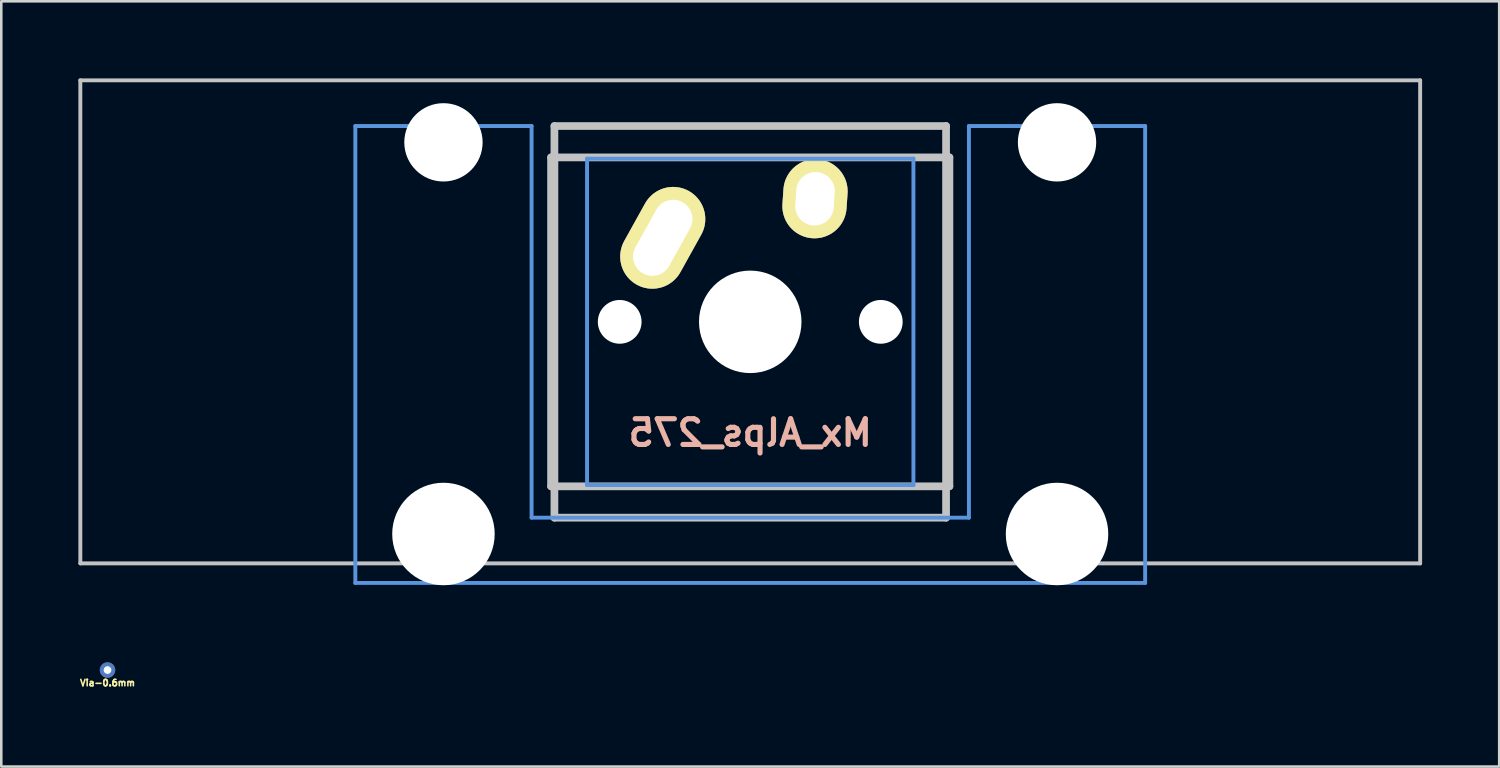
<source format=kicad_pcb>
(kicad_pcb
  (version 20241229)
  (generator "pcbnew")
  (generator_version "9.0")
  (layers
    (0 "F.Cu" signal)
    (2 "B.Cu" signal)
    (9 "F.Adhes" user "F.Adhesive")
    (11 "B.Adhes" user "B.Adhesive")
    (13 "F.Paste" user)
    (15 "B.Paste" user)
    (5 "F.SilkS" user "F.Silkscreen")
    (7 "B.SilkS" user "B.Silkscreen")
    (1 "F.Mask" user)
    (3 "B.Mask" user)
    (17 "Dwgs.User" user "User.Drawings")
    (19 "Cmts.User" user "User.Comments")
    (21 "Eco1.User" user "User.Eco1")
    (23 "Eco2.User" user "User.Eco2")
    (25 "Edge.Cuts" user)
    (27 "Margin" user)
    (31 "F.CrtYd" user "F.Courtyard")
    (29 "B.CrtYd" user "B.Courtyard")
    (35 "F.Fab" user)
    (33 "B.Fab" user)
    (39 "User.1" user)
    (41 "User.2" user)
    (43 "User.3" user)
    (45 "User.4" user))
  (footprint "Via-0.6mm"
    (layer "F.Cu")
    (at 1.134 23.023)
    (property "Reference" "Via-0.6mm" (at 0 0.5 0) (layer "F.SilkS") (effects (font (size 0.25 0.25) (thickness 0.062))))
    (attr through_hole)
    (pad "1" thru_hole circle (at 0 0) (size 0.6 0.6) (drill 0.3) (layers "*.Cu")))
  (footprint "Mx_Alps_275"
    (layer "F.Cu")
    (at 26.144 9.474)
    (property "Reference" "Mx_Alps_275" (at 0 4.318 0) (layer "B.SilkS") (effects (font (size 1 1) (thickness 0.2)) (justify mirror)))
    (attr through_hole)
    (fp_line (start -26.068 -9.398) (end 26.068 -9.398) (stroke (width 0.152) (type solid)) (layer "Dwgs.User"))
    (fp_line (start -26.068 9.398) (end -26.068 -9.398) (stroke (width 0.152) (type solid)) (layer "Dwgs.User"))
    (fp_line (start -7.75 6.4) (end -7.75 -6.4) (stroke (width 0.3) (type solid)) (layer "Dwgs.User"))
    (fp_line (start -7.75 6.4) (end 7.75 6.4) (stroke (width 0.3) (type solid)) (layer "Dwgs.User"))
    (fp_line (start -7.62 -7.62) (end 7.62 -7.62) (stroke (width 0.3) (type solid)) (layer "Dwgs.User"))
    (fp_line (start -7.62 7.62) (end -7.62 -7.62) (stroke (width 0.3) (type solid)) (layer "Dwgs.User"))
    (fp_line (start 7.62 -7.62) (end 7.62 7.62) (stroke (width 0.3) (type solid)) (layer "Dwgs.User"))
    (fp_line (start 7.62 7.62) (end -7.62 7.62) (stroke (width 0.3) (type solid)) (layer "Dwgs.User"))
    (fp_line (start 7.75 -6.4) (end -7.75 -6.4) (stroke (width 0.3) (type solid)) (layer "Dwgs.User"))
    (fp_line (start 7.75 6.4) (end 7.75 -6.4) (stroke (width 0.3) (type solid)) (layer "Dwgs.User"))
    (fp_line (start 26.068 -9.398) (end 26.068 9.398) (stroke (width 0.152) (type solid)) (layer "Dwgs.User"))
    (fp_line (start 26.068 9.398) (end -26.068 9.398) (stroke (width 0.152) (type solid)) (layer "Dwgs.User"))
    (fp_line (start -15.367 -7.62) (end -15.367 10.16) (stroke (width 0.152) (type solid)) (layer "Cmts.User"))
    (fp_line (start -15.367 10.16) (end 15.367 10.16) (stroke (width 0.152) (type solid)) (layer "Cmts.User"))
    (fp_line (start -8.509 -7.62) (end -15.367 -7.62) (stroke (width 0.152) (type solid)) (layer "Cmts.User"))
    (fp_line (start -8.509 7.62) (end -8.509 -7.62) (stroke (width 0.152) (type solid)) (layer "Cmts.User"))
    (fp_line (start -6.35 -6.35) (end 6.35 -6.35) (stroke (width 0.152) (type solid)) (layer "Cmts.User"))
    (fp_line (start -6.35 6.35) (end -6.35 -6.35) (stroke (width 0.152) (type solid)) (layer "Cmts.User"))
    (fp_line (start 6.35 -6.35) (end 6.35 6.35) (stroke (width 0.152) (type solid)) (layer "Cmts.User"))
    (fp_line (start 6.35 6.35) (end -6.35 6.35) (stroke (width 0.152) (type solid)) (layer "Cmts.User"))
    (fp_line (start 8.509 -7.62) (end 8.509 7.62) (stroke (width 0.152) (type solid)) (layer "Cmts.User"))
    (fp_line (start 8.509 7.62) (end -8.509 7.62) (stroke (width 0.152) (type solid)) (layer "Cmts.User"))
    (fp_line (start 15.367 -7.62) (end 8.509 -7.62) (stroke (width 0.152) (type solid)) (layer "Cmts.User"))
    (fp_line (start 15.367 10.16) (end 15.367 -7.62) (stroke (width 0.152) (type solid)) (layer "Cmts.User"))
    (fp_line (start -16.129 -2.286) (end -15.265 -2.286) (stroke (width 0.152) (type solid)) (layer "Eco2.User"))
    (fp_line (start -16.129 0.508) (end -16.129 -2.286) (stroke (width 0.152) (type solid)) (layer "Eco2.User"))
    (fp_line (start -15.265 -5.69) (end -8.611 -5.69) (stroke (width 0.152) (type solid)) (layer "Eco2.User"))
    (fp_line (start -15.265 -2.286) (end -15.265 -5.69) (stroke (width 0.152) (type solid)) (layer "Eco2.User"))
    (fp_line (start -15.265 0.508) (end -16.129 0.508) (stroke (width 0.152) (type solid)) (layer "Eco2.User"))
    (fp_line (start -15.265 6.604) (end -15.265 0.508) (stroke (width 0.152) (type solid)) (layer "Eco2.User"))
    (fp_line (start -14.224 6.604) (end -15.265 6.604) (stroke (width 0.152) (type solid)) (layer "Eco2.User"))
    (fp_line (start -14.224 7.772) (end -14.224 6.604) (stroke (width 0.152) (type solid)) (layer "Eco2.User"))
    (fp_line (start -9.652 6.604) (end -9.652 7.772) (stroke (width 0.152) (type solid)) (layer "Eco2.User"))
    (fp_line (start -9.652 7.772) (end -14.224 7.772) (stroke (width 0.152) (type solid)) (layer "Eco2.User"))
    (fp_line (start -8.611 -5.69) (end -8.611 -4.877) (stroke (width 0.152) (type solid)) (layer "Eco2.User"))
    (fp_line (start -8.611 -4.877) (end -6.985 -4.877) (stroke (width 0.152) (type solid)) (layer "Eco2.User"))
    (fp_line (start -8.611 5.817) (end -8.611 6.604) (stroke (width 0.152) (type solid)) (layer "Eco2.User"))
    (fp_line (start -8.611 6.604) (end -9.652 6.604) (stroke (width 0.152) (type solid)) (layer "Eco2.User"))
    (fp_line (start -6.985 -6.985) (end 6.985 -6.985) (stroke (width 0.152) (type solid)) (layer "Eco2.User"))
    (fp_line (start -6.985 -4.877) (end -6.985 -6.985) (stroke (width 0.152) (type solid)) (layer "Eco2.User"))
    (fp_line (start -6.985 5.817) (end -8.611 5.817) (stroke (width 0.152) (type solid)) (layer "Eco2.User"))
    (fp_line (start -6.985 6.985) (end -6.985 5.817) (stroke (width 0.152) (type solid)) (layer "Eco2.User"))
    (fp_line (start 6.985 -6.985) (end 6.985 -4.877) (stroke (width 0.152) (type solid)) (layer "Eco2.User"))
    (fp_line (start 6.985 -4.877) (end 8.611 -4.877) (stroke (width 0.152) (type solid)) (layer "Eco2.User"))
    (fp_line (start 6.985 5.817) (end 6.985 6.985) (stroke (width 0.152) (type solid)) (layer "Eco2.User"))
    (fp_line (start 6.985 6.985) (end -6.985 6.985) (stroke (width 0.152) (type solid)) (layer "Eco2.User"))
    (fp_line (start 8.611 -5.69) (end 15.265 -5.69) (stroke (width 0.152) (type solid)) (layer "Eco2.User"))
    (fp_line (start 8.611 -4.877) (end 8.611 -5.69) (stroke (width 0.152) (type solid)) (layer "Eco2.User"))
    (fp_line (start 8.611 5.817) (end 6.985 5.817) (stroke (width 0.152) (type solid)) (layer "Eco2.User"))
    (fp_line (start 8.611 6.604) (end 8.611 5.817) (stroke (width 0.152) (type solid)) (layer "Eco2.User"))
    (fp_line (start 9.652 6.604) (end 8.611 6.604) (stroke (width 0.152) (type solid)) (layer "Eco2.User"))
    (fp_line (start 9.652 7.772) (end 9.652 6.604) (stroke (width 0.152) (type solid)) (layer "Eco2.User"))
    (fp_line (start 14.224 6.604) (end 14.224 7.772) (stroke (width 0.152) (type solid)) (layer "Eco2.User"))
    (fp_line (start 14.224 7.772) (end 9.652 7.772) (stroke (width 0.152) (type solid)) (layer "Eco2.User"))
    (fp_line (start 15.265 -5.69) (end 15.265 -2.286) (stroke (width 0.152) (type solid)) (layer "Eco2.User"))
    (fp_line (start 15.265 -2.286) (end 16.129 -2.286) (stroke (width 0.152) (type solid)) (layer "Eco2.User"))
    (fp_line (start 15.265 0.508) (end 15.265 6.604) (stroke (width 0.152) (type solid)) (layer "Eco2.User"))
    (fp_line (start 15.265 6.604) (end 14.224 6.604) (stroke (width 0.152) (type solid)) (layer "Eco2.User"))
    (fp_line (start 16.129 -2.286) (end 16.129 0.508) (stroke (width 0.152) (type solid)) (layer "Eco2.User"))
    (fp_line (start 16.129 0.508) (end 15.265 0.508) (stroke (width 0.152) (type solid)) (layer "Eco2.User"))
    (pad "" np_thru_hole circle (at -11.938 -6.985) (size 3.048 3.048) (drill 3.048) (layers "*.Cu"))
    (pad "" np_thru_hole circle (at -11.938 8.255) (size 3.988 3.988) (drill 3.988) (layers "*.Cu"))
    (pad "" np_thru_hole circle (at -5.08 0) (size 1.702 1.702) (drill 1.702) (layers "*.Cu"))
    (pad "" np_thru_hole circle (at 0 0) (size 3.988 3.988) (drill 3.988) (layers "*.Cu"))
    (pad "" np_thru_hole circle (at 5.08 0) (size 1.702 1.702) (drill 1.702) (layers "*.Cu"))
    (pad "" np_thru_hole circle (at 11.938 -6.985) (size 3.048 3.048) (drill 3.048) (layers "*.Cu"))
    (pad "" np_thru_hole circle (at 11.938 8.255) (size 3.988 3.988) (drill 3.988) (layers "*.Cu"))
    (pad "1" thru_hole oval (at -3.405 -3.27 330.95) (size 2.5 4.17) (drill oval 1.5 3.17) (layers "*.Cu" "*.Mask" "F.SilkS"))
    (pad "2" thru_hole oval (at 2.52 -4.79 356.1) (size 2.5 3.08) (drill oval 1.5 2.08) (layers "*.Cu" "*.Mask" "F.SilkS")))
  (gr_rect
    (start -3 -3)
    (end 55.288 26.779)
    (stroke (width 0.1) (type default))
    (fill no)
    (layer "Edge.Cuts")))
</source>
